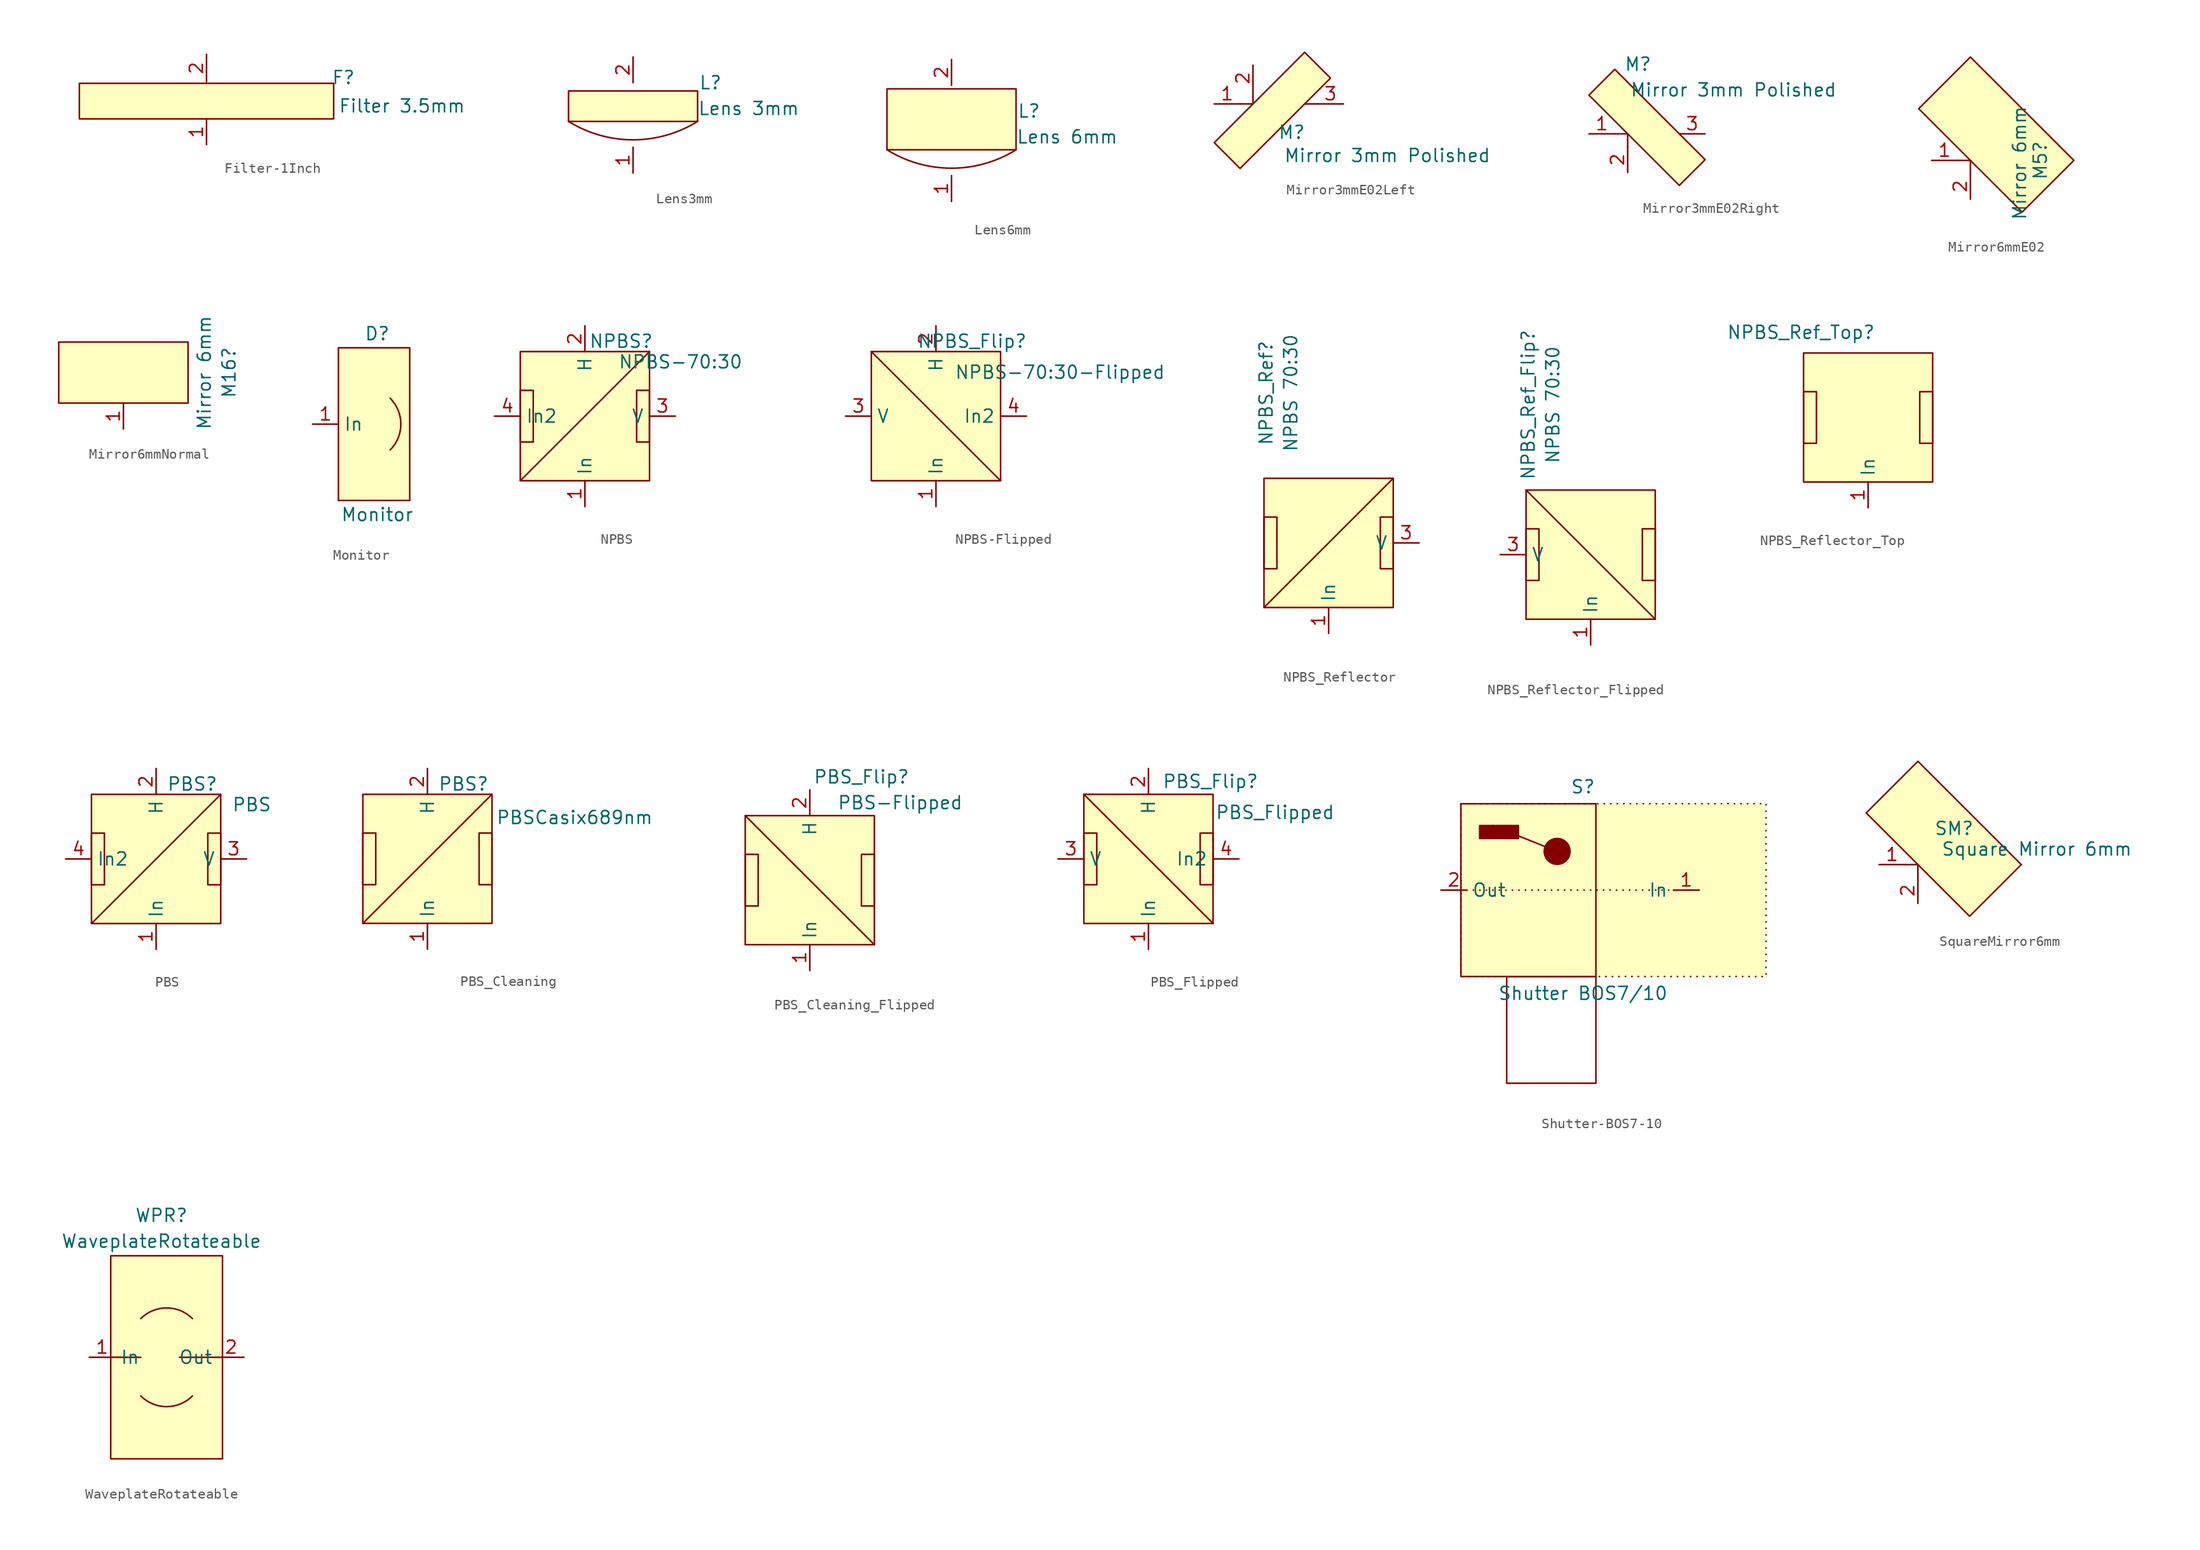
<source format=kicad_sym>
(kicad_symbol_lib
  (version 20241209)
  (generator "kicad_symbol_editor")
  (generator_version "9.0")
  (symbol "Filter-1Inch"
    (property "Reference" "F"
      (at 13.462 4.064 0)
      (effects (font (size 1.27 1.27))))
    (property "Value" "Filter 3.5mm"
      (at 12.954 1.27 0)
      (effects (font (size 1.27 1.27)) (justify left)))
    (symbol "Filter-1Inch_1_1"
      (rectangle (start -12.5 3.5) (end 12.5 0) (stroke (width 0) (type default)) (fill (type background)))
      (pin passive line (at 0 6.35 270) (length 2.7) (name "In" (effects (font (size 0 0)))) (number "2" (effects (font (size 1.27 1.27)))))
      (pin passive line (at 0 -2.54 90) (length 2.54) (name "In" (effects (font (size 0 0)))) (number "1" (effects (font (size 1.27 1.27)))))))
  (symbol "Lens3mm"
    (property "Reference" "L"
      (at 7.62 3.81 0)
      (effects (font (size 1.27 1.27))))
    (property "Value" "Lens 3mm"
      (at 6.35 1.27 0)
      (effects (font (size 1.27 1.27)) (justify left)))
    (symbol "Lens3mm_1_1"
      (rectangle (start -6.35 3) (end 6.35 0) (stroke (width 0) (type default)) (fill (type background)))
      (arc (start 6.35 0) (mid 0 -1.8125) (end -6.35 0) (stroke (width 0) (type default)) (fill (type none)))
      (pin passive line (at 0 6.35 270) (length 2.54) (name "In" (effects (font (size 0 0)))) (number "2" (effects (font (size 1.27 1.27)))))
      (pin passive line (at 0 -5.08 90) (length 2.54) (name "In" (effects (font (size 0 0)))) (number "1" (effects (font (size 1.27 1.27)))))))
  (symbol "Lens6mm"
    (property "Reference" "L"
      (at 7.62 3.81 0)
      (effects (font (size 1.27 1.27))))
    (property "Value" "Lens 6mm"
      (at 6.35 1.27 0)
      (effects (font (size 1.27 1.27)) (justify left)))
    (symbol "Lens6mm_1_1"
      (rectangle (start -6.35 6) (end 6.35 0) (stroke (width 0) (type default)) (fill (type background)))
      (arc (start 6.35 0) (mid 0 -1.8125) (end -6.35 0) (stroke (width 0) (type default)) (fill (type none)))
      (pin passive line (at 0 8.89 270) (length 2.54) (name "In" (effects (font (size 0 0)))) (number "2" (effects (font (size 1.27 1.27)))))
      (pin passive line (at 0 -5.08 90) (length 2.54) (name "In" (effects (font (size 0 0)))) (number "1" (effects (font (size 1.27 1.27)))))))
  (symbol "Mirror3mmE02Left"
    (property "Reference" "M"
      (at 3.81 -2.794 0)
      (effects (font (size 1.27 1.27))))
    (property "Value" "Mirror 3mm Polished"
      (at 13.208 -5.08 0)
      (effects (font (size 1.27 1.27))))
    (symbol "Mirror3mmE02Left_0_1"
      (polyline (pts (xy -1.27 0) (xy 0 0) (xy 0 1.27)) (stroke (width 0) (type default)) (fill (type none)))
      (polyline (pts (xy 6.35 0) (xy 5.08 0)) (stroke (width 0) (type default)) (fill (type none))))
    (symbol "Mirror3mmE02Left_1_1"
      (polyline (pts (xy 0 0) (xy 5.08 5.08) (xy 7.62 2.54) (xy -1.27 -6.35) (xy -3.81 -3.81) (xy 0 0)) (stroke (width 0) (type default)) (fill (type background)))
      (pin passive line (at -3.81 0 0) (length 2.54) (name "Out" (effects (font (size 0 0)))) (number "1" (effects (font (size 1.27 1.27)))))
      (pin passive line (at 0 3.81 270) (length 2.54) (name "In" (effects (font (size 0 0)))) (number "2" (effects (font (size 1.27 1.27)))))
      (pin passive line (at 8.89 0 180) (length 2.54) (name "Leak" (effects (font (size 0 0)))) (number "3" (effects (font (size 1.27 1.27)))))))
  (symbol "Mirror3mmE02Right"
    (property "Reference" "M"
      (at 1.016 6.858 0)
      (effects (font (size 1.27 1.27))))
    (property "Value" "Mirror 3mm Polished"
      (at 10.414 4.318 0)
      (effects (font (size 1.27 1.27))))
    (symbol "Mirror3mmE02Right_0_1"
      (polyline (pts (xy -1.27 0) (xy 0 0) (xy 0 -1.27)) (stroke (width 0) (type default)) (fill (type none))))
    (symbol "Mirror3mmE02Right_1_1"
      (polyline (pts (xy 0 0) (xy -3.81 3.81) (xy -1.27 6.35) (xy 7.62 -2.54) (xy 5.08 -5.08) (xy 0 0)) (stroke (width 0) (type default)) (fill (type background)))
      (pin passive line (at -3.81 0 0) (length 2.54) (name "In" (effects (font (size 0 0)))) (number "1" (effects (font (size 1.27 1.27)))))
      (pin passive line (at 0 -3.81 90) (length 2.54) (name "Out" (effects (font (size 0 0)))) (number "2" (effects (font (size 1.27 1.27)))))
      (pin passive line (at 7.62 0 180) (length 2.54) (name "Leak" (effects (font (size 0 0)))) (number "3" (effects (font (size 1.27 1.27)))))))
  (symbol "Mirror6mmE02"
    (property "Reference" "M5"
      (at 6.858 0 90)
      (effects (font (size 1.27 1.27))))
    (property "Value" "Mirror 6mm"
      (at 4.826 -0.254 90)
      (effects (font (size 1.27 1.27))))
    (symbol "Mirror6mmE02_1_1"
      (polyline (pts (xy -1.27 0) (xy 0 0) (xy 0 -1.27)) (stroke (width 0) (type default)) (fill (type none)))
      (polyline (pts (xy 0 0) (xy -5.08 5.08) (xy 0 10.16) (xy 10.16 0) (xy 5.08 -5.08) (xy 0 0)) (stroke (width 0) (type default)) (fill (type background)))
      (pin passive line (at -3.81 0 0) (length 2.54) (name "In" (effects (font (size 0 0)))) (number "1" (effects (font (size 1.27 1.27)))))
      (pin passive line (at 0 -3.81 90) (length 2.54) (name "Out" (effects (font (size 0 0)))) (number "2" (effects (font (size 1.27 1.27)))))))
  (symbol "Mirror6mmNormal"
    (property "Reference" "M16"
      (at 10.367 3 90)
      (effects (font (size 1.27 1.27))))
    (property "Value" "Mirror 6mm"
      (at 7.943 3 90)
      (effects (font (size 1.27 1.27))))
    (symbol "Mirror6mmNormal_1_1"
      (rectangle (start -6.35 6) (end 6.35 0) (stroke (width 0) (type default)) (fill (type background)))
      (pin passive line (at 0 -2.54 90) (length 2.54) (name "In" (effects (font (size 0 0)))) (number "1" (effects (font (size 1.27 1.27)))))))
  (symbol "Monitor"
    (property "Reference" "D"
      (at 3.81 8.89 0)
      (effects (font (size 1.27 1.27))))
    (property "Value" "Monitor"
      (at 3.81 -8.89 0)
      (effects (font (size 1.27 1.27))))
    (symbol "Monitor_1_1"
      (rectangle (start 0 7.5) (end 7 -7.5) (stroke (width 0) (type default)) (fill (type background)))
      (arc (start 5.08 2.54) (mid 6.1321 0) (end 5.08 -2.54) (stroke (width 0) (type default)) (fill (type background)))
      (pin passive line (at -2.54 0 0) (length 2.54) (name "In" (effects (font (size 1.27 1.27)))) (number "1" (effects (font (size 1.27 1.27)))))))
  (symbol "NPBS"
    (property "Reference" "NPBS"
      (at 3.556 7.366 0)
      (effects (font (size 1.27 1.27))))
    (property "Value" "NPBS-70:30"
      (at 9.398 5.334 0)
      (effects (font (size 1.27 1.27))))
    (symbol "NPBS_0_1"
      (rectangle (start -6.35 -2.54) (end -5.08 2.54) (stroke (width 0) (type default)) (fill (type none)))
      (polyline (pts (xy 6.35 6.35) (xy -6.35 -6.35)) (stroke (width 0) (type default)) (fill (type none)))
      (rectangle (start 6.35 2.54) (end 5.08 -2.54) (stroke (width 0) (type default)) (fill (type none))))
    (symbol "NPBS_1_1"
      (rectangle (start -6.35 6.35) (end 6.35 -6.35) (stroke (width 0) (type default)) (fill (type background)))
      (pin passive line (at -8.89 0 0) (length 2.54) (name "In2" (effects (font (size 1.27 1.27)))) (number "4" (effects (font (size 1.27 1.27)))))
      (pin passive line (at 0 8.89 270) (length 2.54) (name "H" (effects (font (size 1.27 1.27)))) (number "2" (effects (font (size 1.27 1.27)))))
      (pin passive line (at 0 -8.89 90) (length 2.54) (name "In" (effects (font (size 1.27 1.27)))) (number "1" (effects (font (size 1.27 1.27)))))
      (pin passive line (at 8.89 0 180) (length 2.54) (name "V" (effects (font (size 1.27 1.27)))) (number "3" (effects (font (size 1.27 1.27)))))))
  (symbol "NPBS-Flipped"
    (property "Reference" "NPBS_Flip"
      (at 3.556 7.366 0)
      (effects (font (size 1.27 1.27))))
    (property "Value" "NPBS-70:30-Flipped"
      (at 12.192 4.318 0)
      (effects (font (size 1.27 1.27))))
    (symbol "NPBS-Flipped_0_1"
      (polyline (pts (xy -6.35 6.35) (xy 6.35 -6.35)) (stroke (width 0) (type default)) (fill (type none))))
    (symbol "NPBS-Flipped_1_1"
      (rectangle (start -6.35 6.35) (end 6.35 -6.35) (stroke (width 0) (type default)) (fill (type background)))
      (pin passive line (at -8.89 0 0) (length 2.54) (name "V" (effects (font (size 1.27 1.27)))) (number "3" (effects (font (size 1.27 1.27)))))
      (pin passive line (at 0 8.89 270) (length 2.54) (name "H" (effects (font (size 1.27 1.27)))) (number "2" (effects (font (size 1.27 1.27)))))
      (pin passive line (at 0 -8.89 90) (length 2.54) (name "In" (effects (font (size 1.27 1.27)))) (number "1" (effects (font (size 1.27 1.27)))))
      (pin passive line (at 8.89 0 180) (length 2.54) (name "In2" (effects (font (size 1.27 1.27)))) (number "4" (effects (font (size 1.27 1.27)))))))
  (symbol "NPBS_Reflector"
    (property "Reference" "NPBS_Ref"
      (at -6.145 14.746 90)
      (effects (font (size 1.27 1.27))))
    (property "Value" "NPBS 70:30"
      (at -3.721 14.746 90)
      (effects (font (size 1.27 1.27))))
    (symbol "NPBS_Reflector_0_1"
      (polyline (pts (xy -6.35 -6.35) (xy 6.35 6.35)) (stroke (width 0) (type default)) (fill (type none)))
      (rectangle (start -5.08 2.54) (end -6.35 -2.54) (stroke (width 0) (type default)) (fill (type none)))
      (rectangle (start 6.35 2.54) (end 5.08 -2.54) (stroke (width 0) (type default)) (fill (type none))))
    (symbol "NPBS_Reflector_1_1"
      (rectangle (start -6.35 6.35) (end 6.35 -6.35) (stroke (width 0) (type default)) (fill (type background)))
      (pin passive line (at 0 -8.89 90) (length 2.54) (name "In" (effects (font (size 1.27 1.27)))) (number "1" (effects (font (size 1.27 1.27)))))
      (pin passive line (at 8.89 0 180) (length 2.54) (name "V" (effects (font (size 1.27 1.27)))) (number "3" (effects (font (size 1.27 1.27)))))))
  (symbol "NPBS_Reflector_Flipped"
    (property "Reference" "NPBS_Ref_Flip"
      (at -6.145 14.746 90)
      (effects (font (size 1.27 1.27))))
    (property "Value" "NPBS 70:30"
      (at -3.721 14.746 90)
      (effects (font (size 1.27 1.27))))
    (symbol "NPBS_Reflector_Flipped_0_1"
      (rectangle (start -5.08 2.54) (end -6.35 -2.54) (stroke (width 0) (type default)) (fill (type none)))
      (rectangle (start 6.35 2.54) (end 5.08 -2.54) (stroke (width 0) (type default)) (fill (type none)))
      (polyline (pts (xy 6.35 -6.35) (xy -6.35 6.35)) (stroke (width 0) (type default)) (fill (type none))))
    (symbol "NPBS_Reflector_Flipped_1_1"
      (rectangle (start -6.35 6.35) (end 6.35 -6.35) (stroke (width 0) (type default)) (fill (type background)))
      (pin passive line (at -8.89 0 0) (length 2.54) (name "V" (effects (font (size 1.27 1.27)))) (number "3" (effects (font (size 1.27 1.27)))))
      (pin passive line (at 0 -8.89 90) (length 2.54) (name "In" (effects (font (size 1.27 1.27)))) (number "1" (effects (font (size 1.27 1.27)))))))
  (symbol "NPBS_Reflector_Top"
    (property "Reference" "NPBS_Ref_Top"
      (at -6.604 8.382 0)
      (effects (font (size 1.27 1.27))))
    (property "Value" ""
      (at 0 0 0)
      (effects (font (size 1.27 1.27))))
    (symbol "NPBS_Reflector_Top_0_1"
      (rectangle (start -5.08 2.54) (end -6.35 -2.54) (stroke (width 0) (type default)) (fill (type none)))
      (rectangle (start 6.35 2.54) (end 5.08 -2.54) (stroke (width 0) (type default)) (fill (type none))))
    (symbol "NPBS_Reflector_Top_1_1"
      (rectangle (start -6.35 6.35) (end 6.35 -6.35) (stroke (width 0) (type default)) (fill (type background)))
      (pin passive line (at 0 -8.89 90) (length 2.54) (name "In" (effects (font (size 1.27 1.27)))) (number "1" (effects (font (size 1.27 1.27)))))))
  (symbol "PBS"
    (property "Reference" "PBS"
      (at 3.556 7.366 0)
      (effects (font (size 1.27 1.27))))
    (property "Value" "PBS"
      (at 9.398 5.334 0)
      (effects (font (size 1.27 1.27))))
    (symbol "PBS_0_1"
      (rectangle (start -5.08 2.54) (end -6.35 -2.54) (stroke (width 0) (type default)) (fill (type none)))
      (polyline (pts (xy 6.35 6.35) (xy -6.35 -6.35)) (stroke (width 0) (type default)) (fill (type none)))
      (rectangle (start 6.35 2.54) (end 5.08 -2.54) (stroke (width 0) (type default)) (fill (type none))))
    (symbol "PBS_1_1"
      (rectangle (start -6.35 6.35) (end 6.35 -6.35) (stroke (width 0) (type default)) (fill (type background)))
      (pin passive line (at -8.89 0 0) (length 2.54) (name "In2" (effects (font (size 1.27 1.27)))) (number "4" (effects (font (size 1.27 1.27)))))
      (pin passive line (at 0 8.89 270) (length 2.54) (name "H" (effects (font (size 1.27 1.27)))) (number "2" (effects (font (size 1.27 1.27)))))
      (pin passive line (at 0 -8.89 90) (length 2.54) (name "In" (effects (font (size 1.27 1.27)))) (number "1" (effects (font (size 1.27 1.27)))))
      (pin passive line (at 8.89 0 180) (length 2.54) (name "V" (effects (font (size 1.27 1.27)))) (number "3" (effects (font (size 1.27 1.27)))))))
  (symbol "PBS_Cleaning"
    (property "Reference" "PBS"
      (at 3.556 7.366 0)
      (effects (font (size 1.27 1.27))))
    (property "Value" "PBSCasix689nm"
      (at 14.478 4.064 0)
      (effects (font (size 1.27 1.27))))
    (symbol "PBS_Cleaning_0_1"
      (rectangle (start -5.08 2.54) (end -6.35 -2.54) (stroke (width 0) (type default)) (fill (type none)))
      (polyline (pts (xy 6.35 6.35) (xy -6.35 -6.35)) (stroke (width 0) (type default)) (fill (type none)))
      (rectangle (start 6.35 2.54) (end 5.08 -2.54) (stroke (width 0) (type default)) (fill (type none))))
    (symbol "PBS_Cleaning_1_1"
      (rectangle (start -6.35 6.35) (end 6.35 -6.35) (stroke (width 0) (type default)) (fill (type background)))
      (pin passive line (at 0 8.89 270) (length 2.54) (name "H" (effects (font (size 1.27 1.27)))) (number "2" (effects (font (size 1.27 1.27)))))
      (pin passive line (at 0 -8.89 90) (length 2.54) (name "In" (effects (font (size 1.27 1.27)))) (number "1" (effects (font (size 1.27 1.27)))))))
  (symbol "PBS_Cleaning_Flipped"
    (property "Reference" "PBS_Flip"
      (at 5.08 10.16 0)
      (effects (font (size 1.27 1.27))))
    (property "Value" "PBS-Flipped"
      (at 8.89 7.62 0)
      (effects (font (size 1.27 1.27))))
    (symbol "PBS_Cleaning_Flipped_0_1"
      (polyline (pts (xy -6.35 6.35) (xy 6.35 -6.35)) (stroke (width 0) (type default)) (fill (type none)))
      (rectangle (start -6.35 -2.54) (end -5.08 2.54) (stroke (width 0) (type default)) (fill (type none)))
      (rectangle (start 5.08 -2.54) (end 6.35 2.54) (stroke (width 0) (type default)) (fill (type none))))
    (symbol "PBS_Cleaning_Flipped_1_1"
      (rectangle (start -6.35 6.35) (end 6.35 -6.35) (stroke (width 0) (type default)) (fill (type background)))
      (pin passive line (at 0 8.89 270) (length 2.54) (name "H" (effects (font (size 1.27 1.27)))) (number "2" (effects (font (size 1.27 1.27)))))
      (pin passive line (at 0 -8.89 90) (length 2.54) (name "In" (effects (font (size 1.27 1.27)))) (number "1" (effects (font (size 1.27 1.27)))))))
  (symbol "PBS_Flipped"
    (property "Reference" "PBS_Flip"
      (at 6.096 7.62 0)
      (effects (font (size 1.27 1.27))))
    (property "Value" "PBS_Flipped"
      (at 12.446 4.572 0)
      (effects (font (size 1.27 1.27))))
    (symbol "PBS_Flipped_0_1"
      (polyline (pts (xy -6.35 6.35) (xy 6.35 -6.35)) (stroke (width 0) (type default)) (fill (type none)))
      (rectangle (start -6.35 2.54) (end -5.08 -2.54) (stroke (width 0) (type default)) (fill (type none)))
      (rectangle (start 6.35 2.54) (end 5.08 -2.54) (stroke (width 0) (type default)) (fill (type none))))
    (symbol "PBS_Flipped_1_1"
      (rectangle (start -6.35 6.35) (end 6.35 -6.35) (stroke (width 0) (type default)) (fill (type background)))
      (pin passive line (at -8.89 0 0) (length 2.54) (name "V" (effects (font (size 1.27 1.27)))) (number "3" (effects (font (size 1.27 1.27)))))
      (pin passive line (at 0 8.89 270) (length 2.54) (name "H" (effects (font (size 1.27 1.27)))) (number "2" (effects (font (size 1.27 1.27)))))
      (pin passive line (at 0 -8.89 90) (length 2.54) (name "In" (effects (font (size 1.27 1.27)))) (number "1" (effects (font (size 1.27 1.27)))))
      (pin passive line (at 8.89 0 180) (length 2.54) (name "In2" (effects (font (size 1.27 1.27)))) (number "4" (effects (font (size 1.27 1.27)))))))
  (symbol "Shutter-BOS7-10"
    (property "Reference" "S"
      (at 0 10.16 0)
      (effects (font (size 1.27 1.27))))
    (property "Value" "Shutter BOS7/10"
      (at 0 -10.16 0)
      (effects (font (size 1.27 1.27))))
    (symbol "Shutter-BOS7-10_0_1"
      (rectangle (start 1.27 -8.5) (end -7.5 -19) (stroke (width 0) (type default)) (fill (type none))))
    (symbol "Shutter-BOS7-10_1_1"
      (rectangle (start -12 8.5) (end 1.27 -8.5) (stroke (width 0) (type default)) (fill (type none)))
      (rectangle (start -12 8.5) (end 18 -8.5) (stroke (width 0) (type dot)) (fill (type background)))
      (polyline (pts (xy -11.43 0) (xy 8.89 0)) (stroke (width 0) (type default)) (fill (type none)))
      (rectangle (start -10.16 6.35) (end -6.35 5.08) (stroke (width 0) (type default)) (fill (type outline)))
      (circle (center -2.54 3.81) (radius 1.27) (stroke (width 0) (type default)) (fill (type outline)))
      (polyline (pts (xy -2.54 3.81) (xy -8.89 6.35)) (stroke (width 0) (type default)) (fill (type none)))
      (pin passive line (at -13.97 0 0) (length 2.54) (name "Out" (effects (font (size 1.27 1.27)))) (number "2" (effects (font (size 1.27 1.27)))))
      (pin passive line (at 11.43 0 180) (length 2.54) (name "In" (effects (font (size 1.27 1.27)))) (number "1" (effects (font (size 1.27 1.27)))))))
  (symbol "SquareMirror6mm"
    (property "Reference" "SM"
      (at 3.556 3.556 0)
      (effects (font (size 1.27 1.27))))
    (property "Value" "Square Mirror 6mm"
      (at 11.684 1.524 0)
      (effects (font (size 1.27 1.27))))
    (symbol "SquareMirror6mm_1_1"
      (polyline (pts (xy -1.27 0) (xy 0 0) (xy 0 -1.27)) (stroke (width 0) (type default)) (fill (type none)))
      (polyline (pts (xy 0 0) (xy -5.08 5.08) (xy 0 10.16) (xy 10.16 0) (xy 5.08 -5.08) (xy 0 0)) (stroke (width 0) (type default)) (fill (type background)))
      (pin passive line (at -3.81 0 0) (length 2.54) (name "In" (effects (font (size 0 0)))) (number "1" (effects (font (size 1.27 1.27)))))
      (pin passive line (at 0 -3.81 90) (length 2.54) (name "Out" (effects (font (size 0 0)))) (number "2" (effects (font (size 1.27 1.27)))))))
  (symbol "WaveplateRotateable"
    (property "Reference" "WPR"
      (at -0.508 13.97 0)
      (effects (font (size 1.27 1.27))))
    (property "Value" "WaveplateRotateable"
      (at -0.508 11.43 0)
      (effects (font (size 1.27 1.27))))
    (symbol "WaveplateRotateable_0_1"
      (arc (start -2.54 3.81) (mid 0 4.8621) (end 2.54 3.81) (stroke (width 0) (type default)) (fill (type none)))
      (arc (start 2.54 -3.81) (mid 0 -4.8621) (end -2.54 -3.81) (stroke (width 0) (type default)) (fill (type none)))
      (polyline (pts (xy 1.27 0) (xy 5.08 0)) (stroke (width 0) (type default)) (fill (type none))))
    (symbol "WaveplateRotateable_1_1"
      (rectangle (start -5.5 10) (end 5.5 -10) (stroke (width 0) (type default)) (fill (type background)))
      (polyline (pts (xy -5.08 0) (xy -2.54 0)) (stroke (width 0) (type default)) (fill (type none)))
      (pin passive line (at -7.62 0 0) (length 2.54) (name "In" (effects (font (size 1.27 1.27)))) (number "1" (effects (font (size 1.27 1.27)))))
      (pin passive line (at 7.62 0 180) (length 2.54) (name "Out" (effects (font (size 1.27 1.27)))) (number "2" (effects (font (size 1.27 1.27))))))))
</source>
